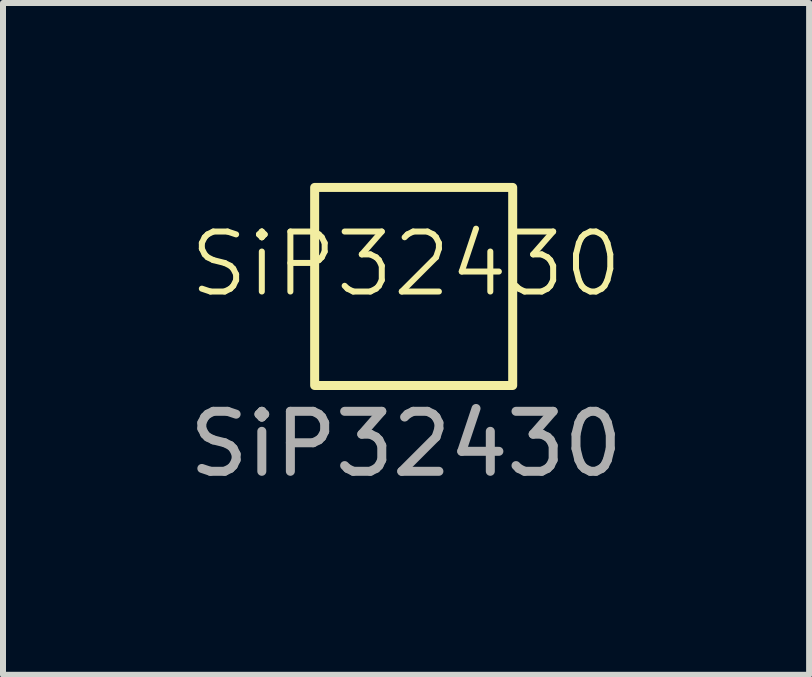
<source format=kicad_pcb>
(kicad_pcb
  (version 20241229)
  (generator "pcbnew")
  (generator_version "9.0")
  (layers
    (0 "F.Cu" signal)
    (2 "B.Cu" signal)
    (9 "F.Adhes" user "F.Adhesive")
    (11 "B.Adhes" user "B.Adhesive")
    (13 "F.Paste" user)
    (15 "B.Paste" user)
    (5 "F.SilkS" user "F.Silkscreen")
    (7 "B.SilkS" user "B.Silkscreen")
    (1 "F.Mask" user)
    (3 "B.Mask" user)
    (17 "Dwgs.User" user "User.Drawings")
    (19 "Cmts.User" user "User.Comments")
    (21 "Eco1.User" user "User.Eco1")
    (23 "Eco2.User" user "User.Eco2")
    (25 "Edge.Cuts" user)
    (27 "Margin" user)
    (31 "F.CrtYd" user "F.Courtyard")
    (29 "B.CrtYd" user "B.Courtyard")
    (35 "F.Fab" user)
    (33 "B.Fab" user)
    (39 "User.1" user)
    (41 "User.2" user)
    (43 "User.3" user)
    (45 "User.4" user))
  (footprint "SiP32430"
    (layer "F.Cu")
    (at 3.72 1.853)
    (property "Reference" "SiP32430" (at 0 -0.5 0) (unlocked yes) (layer "F.SilkS") (effects (font (size 1 1) (thickness 0.1))))
    (attr smd)
    (fp_rect (start -1.524 -1.778) (end 1.778 1.524) (stroke (width 0.15) (type default)) (fill no) (layer "F.SilkS"))
    (fp_text user "${REFERENCE}" (at 0 2.5 0) (unlocked yes) (layer "F.Fab") (effects (font (size 1 1) (thickness 0.15)))))
  (gr_rect
    (start -3 -3)
    (end 10.44 8.201)
    (stroke (width 0.1) (type default))
    (fill no)
    (layer "Edge.Cuts")))
</source>
